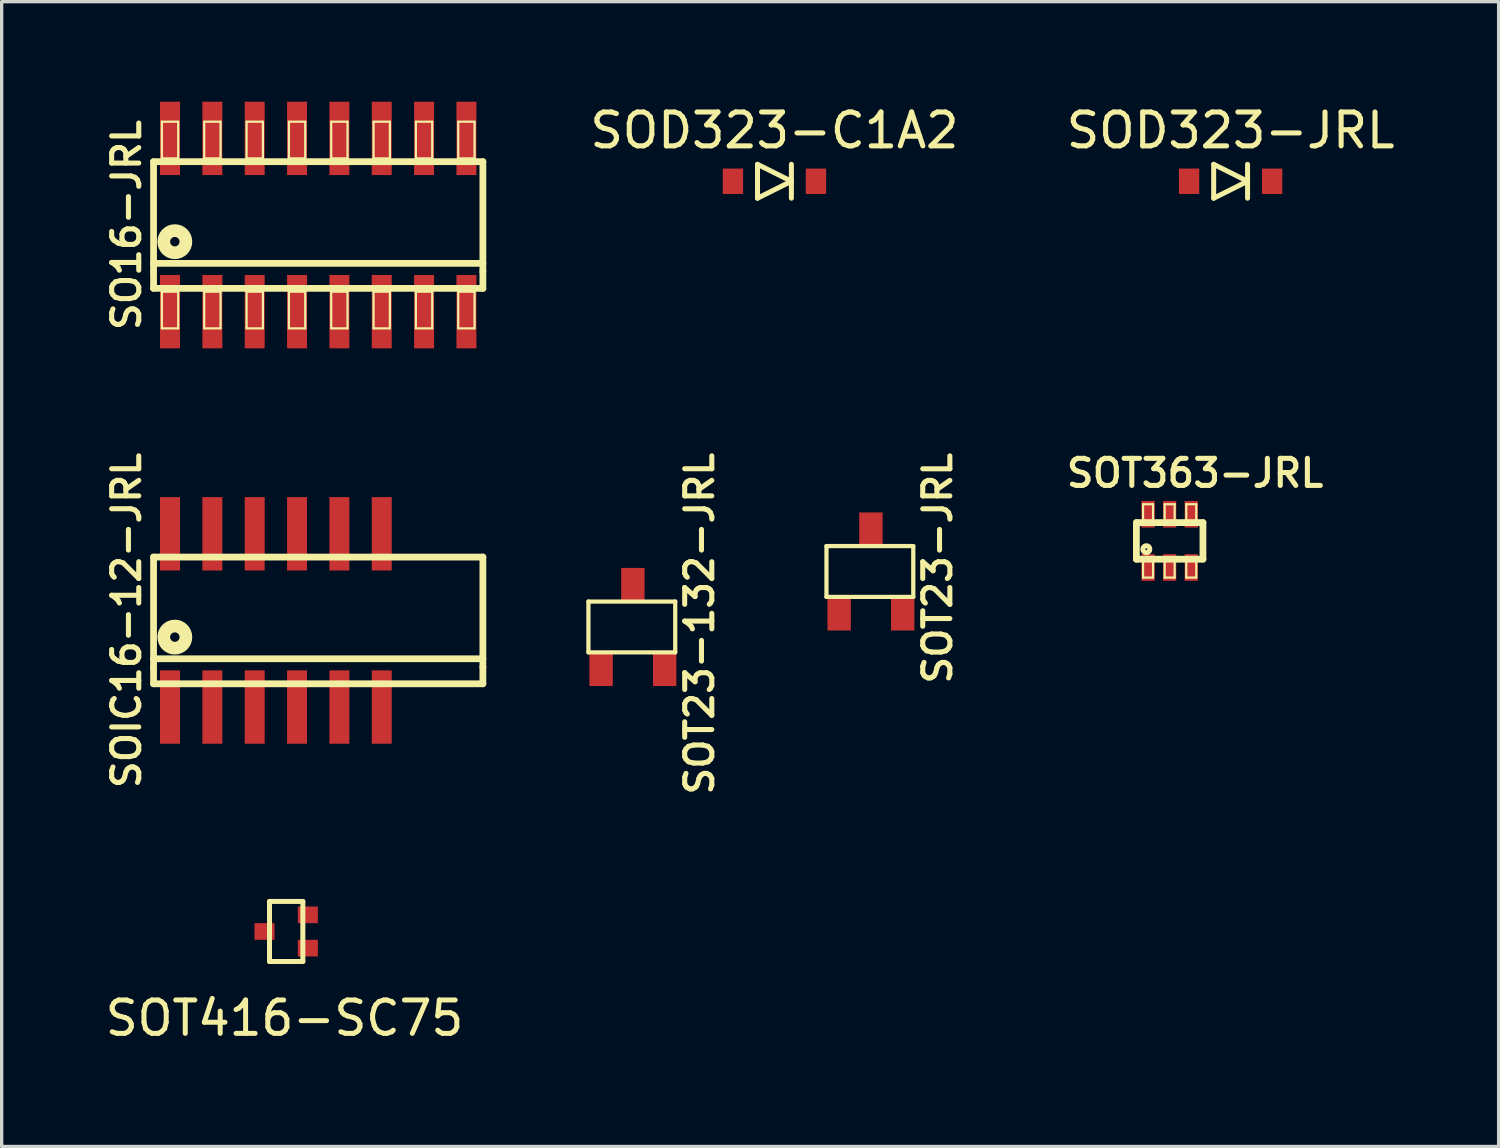
<source format=kicad_pcb>
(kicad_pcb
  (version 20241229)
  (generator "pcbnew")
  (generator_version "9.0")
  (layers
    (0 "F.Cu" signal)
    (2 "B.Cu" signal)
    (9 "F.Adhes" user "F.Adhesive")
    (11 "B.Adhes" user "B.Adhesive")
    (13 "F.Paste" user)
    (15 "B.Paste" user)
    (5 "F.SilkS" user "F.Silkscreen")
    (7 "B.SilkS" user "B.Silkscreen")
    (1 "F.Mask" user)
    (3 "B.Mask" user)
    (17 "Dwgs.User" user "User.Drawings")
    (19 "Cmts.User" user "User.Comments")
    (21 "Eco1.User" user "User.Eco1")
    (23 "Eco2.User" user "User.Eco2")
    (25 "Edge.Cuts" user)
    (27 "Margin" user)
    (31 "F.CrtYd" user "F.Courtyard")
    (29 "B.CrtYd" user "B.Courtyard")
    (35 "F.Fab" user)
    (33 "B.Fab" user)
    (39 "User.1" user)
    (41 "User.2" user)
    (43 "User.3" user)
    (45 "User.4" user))
  (footprint "SOD323-C1A2"
    (layer "F.Cu")
    (at 20.175 2.386)
    (property "Reference" "SOD323-C1A2" (at 0 -1.524 0) (layer "F.SilkS") (effects (font (size 1.016 1.016) (thickness 0.152))))
    (attr through_hole)
    (fp_line (start -0.508 -0.508) (end -0.508 0.508) (stroke (width 0.15) (type solid)) (layer "F.SilkS"))
    (fp_line (start -0.508 0.508) (end 0.508 0) (stroke (width 0.15) (type solid)) (layer "F.SilkS"))
    (fp_line (start 0.508 -0.508) (end 0.508 0.508) (stroke (width 0.15) (type solid)) (layer "F.SilkS"))
    (fp_line (start 0.508 0) (end -0.508 -0.508) (stroke (width 0.15) (type solid)) (layer "F.SilkS"))
    (pad "1" smd rect (at 1.245 0) (size 0.61 0.762) (layers "F.Cu" "F.Mask" "F.Paste"))
    (pad "2" smd rect (at -1.245 0) (size 0.61 0.762) (layers "F.Cu" "F.Mask" "F.Paste")))
  (footprint "SOT416-SC75"
    (layer "F.Cu")
    (at 5.532 24.884)
    (property "Reference" "SOT416-SC75" (at -0.05 2.6 0) (layer "F.SilkS") (effects (font (size 1 1) (thickness 0.15))))
    (attr through_hole)
    (fp_line (start -0.5 -0.9) (end -0.5 0.9) (stroke (width 0.15) (type solid)) (layer "F.SilkS"))
    (fp_line (start -0.5 0.9) (end 0.5 0.9) (stroke (width 0.15) (type solid)) (layer "F.SilkS"))
    (fp_line (start 0.5 -0.9) (end -0.5 -0.9) (stroke (width 0.15) (type solid)) (layer "F.SilkS"))
    (fp_line (start 0.5 0.9) (end 0.5 -0.9) (stroke (width 0.15) (type solid)) (layer "F.SilkS"))
    (pad "1" smd rect (at 0.65 0.5) (size 0.6 0.5) (layers "F.Cu" "F.Mask" "F.Paste"))
    (pad "2" smd rect (at 0.65 -0.5) (size 0.6 0.5) (layers "F.Cu" "F.Mask" "F.Paste"))
    (pad "3" smd rect (at -0.65 0) (size 0.6 0.5) (layers "F.Cu" "F.Mask" "F.Paste")))
  (footprint "SOT363-JRL"
    (layer "F.Cu")
    (at 32.027 13.171)
    (property "Reference" "SOT363-JRL" (at 0.762 -2.032 0) (layer "F.SilkS") (effects (font (size 0.813 0.813) (thickness 0.152))))
    (attr smd)
    (fp_line (start -0.998 -0.549) (end 0.998 -0.549) (stroke (width 0.203) (type solid)) (layer "F.SilkS"))
    (fp_line (start -0.998 0.549) (end -0.998 -0.549) (stroke (width 0.203) (type solid)) (layer "F.SilkS"))
    (fp_line (start -0.798 -1.1) (end -0.498 -1.1) (stroke (width 0.066) (type solid)) (layer "F.SilkS"))
    (fp_line (start -0.798 -0.599) (end -0.798 -1.1) (stroke (width 0.066) (type solid)) (layer "F.SilkS"))
    (fp_line (start -0.798 -0.599) (end -0.498 -0.599) (stroke (width 0.066) (type solid)) (layer "F.SilkS"))
    (fp_line (start -0.798 0.599) (end -0.498 0.599) (stroke (width 0.066) (type solid)) (layer "F.SilkS"))
    (fp_line (start -0.798 1.1) (end -0.798 0.599) (stroke (width 0.066) (type solid)) (layer "F.SilkS"))
    (fp_line (start -0.798 1.1) (end -0.498 1.1) (stroke (width 0.066) (type solid)) (layer "F.SilkS"))
    (fp_line (start -0.498 -0.599) (end -0.498 -1.1) (stroke (width 0.066) (type solid)) (layer "F.SilkS"))
    (fp_line (start -0.498 1.1) (end -0.498 0.599) (stroke (width 0.066) (type solid)) (layer "F.SilkS"))
    (fp_line (start -0.15 -1.1) (end 0.15 -1.1) (stroke (width 0.066) (type solid)) (layer "F.SilkS"))
    (fp_line (start -0.15 -0.599) (end -0.15 -1.1) (stroke (width 0.066) (type solid)) (layer "F.SilkS"))
    (fp_line (start -0.15 -0.599) (end 0.15 -0.599) (stroke (width 0.066) (type solid)) (layer "F.SilkS"))
    (fp_line (start -0.15 0.599) (end 0.15 0.599) (stroke (width 0.066) (type solid)) (layer "F.SilkS"))
    (fp_line (start -0.15 1.1) (end -0.15 0.599) (stroke (width 0.066) (type solid)) (layer "F.SilkS"))
    (fp_line (start -0.15 1.1) (end 0.15 1.1) (stroke (width 0.066) (type solid)) (layer "F.SilkS"))
    (fp_line (start 0.15 -0.599) (end 0.15 -1.1) (stroke (width 0.066) (type solid)) (layer "F.SilkS"))
    (fp_line (start 0.15 1.1) (end 0.15 0.599) (stroke (width 0.066) (type solid)) (layer "F.SilkS"))
    (fp_line (start 0.498 -1.1) (end 0.798 -1.1) (stroke (width 0.066) (type solid)) (layer "F.SilkS"))
    (fp_line (start 0.498 -0.599) (end 0.498 -1.1) (stroke (width 0.066) (type solid)) (layer "F.SilkS"))
    (fp_line (start 0.498 -0.599) (end 0.798 -0.599) (stroke (width 0.066) (type solid)) (layer "F.SilkS"))
    (fp_line (start 0.498 0.599) (end 0.798 0.599) (stroke (width 0.066) (type solid)) (layer "F.SilkS"))
    (fp_line (start 0.498 1.1) (end 0.498 0.599) (stroke (width 0.066) (type solid)) (layer "F.SilkS"))
    (fp_line (start 0.498 1.1) (end 0.798 1.1) (stroke (width 0.066) (type solid)) (layer "F.SilkS"))
    (fp_line (start 0.798 -0.599) (end 0.798 -1.1) (stroke (width 0.066) (type solid)) (layer "F.SilkS"))
    (fp_line (start 0.798 1.1) (end 0.798 0.599) (stroke (width 0.066) (type solid)) (layer "F.SilkS"))
    (fp_line (start 0.998 -0.549) (end 0.998 0.549) (stroke (width 0.203) (type solid)) (layer "F.SilkS"))
    (fp_line (start 0.998 0.549) (end -0.998 0.549) (stroke (width 0.203) (type solid)) (layer "F.SilkS"))
    (fp_circle (center -0.699 0.249) (end -0.772 0.323) (stroke (width 0.152) (type solid)) (fill no) (layer "F.SilkS"))
    (pad "1" smd rect (at -0.648 0.798) (size 0.399 0.798) (layers "F.Cu" "F.Mask" "F.Paste"))
    (pad "2" smd rect (at 0 0.798) (size 0.399 0.798) (layers "F.Cu" "F.Mask" "F.Paste"))
    (pad "3" smd rect (at 0.648 0.798) (size 0.399 0.798) (layers "F.Cu" "F.Mask" "F.Paste"))
    (pad "4" smd rect (at 0.648 -0.798) (size 0.399 0.798) (layers "F.Cu" "F.Mask" "F.Paste"))
    (pad "5" smd rect (at 0 -0.798) (size 0.399 0.798) (layers "F.Cu" "F.Mask" "F.Paste"))
    (pad "6" smd rect (at -0.648 -0.798) (size 0.399 0.798) (layers "F.Cu" "F.Mask" "F.Paste")))
  (footprint "SOT23-JRL"
    (layer "F.Cu")
    (at 23.068 14.088)
    (property "Reference" "SOT23-JRL" (at 1.999 -0.099 90) (layer "F.SilkS") (effects (font (size 0.813 0.813) (thickness 0.152))))
    (attr through_hole)
    (fp_line (start -1.333 -0.762) (end 1.27 -0.762) (stroke (width 0.127) (type solid)) (layer "F.SilkS"))
    (fp_line (start -1.333 0.762) (end -1.333 -0.762) (stroke (width 0.127) (type solid)) (layer "F.SilkS"))
    (fp_line (start 1.27 -0.762) (end 1.27 0.762) (stroke (width 0.127) (type solid)) (layer "F.SilkS"))
    (fp_line (start 1.27 0.762) (end -1.333 0.762) (stroke (width 0.127) (type solid)) (layer "F.SilkS"))
    (pad "1" smd rect (at 0.953 1.27) (size 0.701 1.001) (layers "F.Cu" "F.Mask" "F.Paste"))
    (pad "2" smd rect (at -0.953 1.27) (size 0.701 1.001) (layers "F.Cu" "F.Mask" "F.Paste"))
    (pad "3" smd rect (at 0 -1.27) (size 0.701 1.001) (layers "F.Cu" "F.Mask" "F.Paste")))
  (footprint "SOT23-132-JRL"
    (layer "F.Cu")
    (at 15.929 15.752)
    (property "Reference" "SOT23-132-JRL" (at 1.999 -0.099 90) (layer "F.SilkS") (effects (font (size 0.813 0.813) (thickness 0.152))))
    (attr through_hole)
    (fp_line (start -1.333 -0.762) (end 1.27 -0.762) (stroke (width 0.127) (type solid)) (layer "F.SilkS"))
    (fp_line (start -1.333 0.762) (end -1.333 -0.762) (stroke (width 0.127) (type solid)) (layer "F.SilkS"))
    (fp_line (start 1.27 -0.762) (end 1.27 0.762) (stroke (width 0.127) (type solid)) (layer "F.SilkS"))
    (fp_line (start 1.27 0.762) (end -1.333 0.762) (stroke (width 0.127) (type solid)) (layer "F.SilkS"))
    (pad "1" smd rect (at -0.953 1.27) (size 0.701 1.001) (layers "F.Cu" "F.Mask" "F.Paste"))
    (pad "2" smd rect (at 0.953 1.27) (size 0.701 1.001) (layers "F.Cu" "F.Mask" "F.Paste"))
    (pad "3" smd rect (at 0 -1.27) (size 0.701 1.001) (layers "F.Cu" "F.Mask" "F.Paste")))
  (footprint "SO16-JRL"
    (layer "F.Cu")
    (at 6.493 3.698)
    (property "Reference" "SO16-JRL" (at -5.75 0 90) (layer "F.SilkS") (effects (font (size 0.813 0.813) (thickness 0.152))))
    (attr smd)
    (fp_line (start -4.938 -1.9) (end 4.938 -1.9) (stroke (width 0.203) (type solid)) (layer "F.SilkS"))
    (fp_line (start -4.938 1.4) (end -4.938 -1.9) (stroke (width 0.203) (type solid)) (layer "F.SilkS"))
    (fp_line (start -4.938 1.9) (end -4.938 1.4) (stroke (width 0.203) (type solid)) (layer "F.SilkS"))
    (fp_line (start -4.689 -3.099) (end -4.199 -3.099) (stroke (width 0.066) (type solid)) (layer "F.SilkS"))
    (fp_line (start -4.689 -1.999) (end -4.689 -3.099) (stroke (width 0.066) (type solid)) (layer "F.SilkS"))
    (fp_line (start -4.689 -1.999) (end -4.199 -1.999) (stroke (width 0.066) (type solid)) (layer "F.SilkS"))
    (fp_line (start -4.689 1.999) (end -4.199 1.999) (stroke (width 0.066) (type solid)) (layer "F.SilkS"))
    (fp_line (start -4.689 3.099) (end -4.689 1.999) (stroke (width 0.066) (type solid)) (layer "F.SilkS"))
    (fp_line (start -4.689 3.099) (end -4.199 3.099) (stroke (width 0.066) (type solid)) (layer "F.SilkS"))
    (fp_line (start -4.199 -1.999) (end -4.199 -3.099) (stroke (width 0.066) (type solid)) (layer "F.SilkS"))
    (fp_line (start -4.199 3.099) (end -4.199 1.999) (stroke (width 0.066) (type solid)) (layer "F.SilkS"))
    (fp_line (start -3.419 -3.099) (end -2.929 -3.099) (stroke (width 0.066) (type solid)) (layer "F.SilkS"))
    (fp_line (start -3.419 -1.999) (end -3.419 -3.099) (stroke (width 0.066) (type solid)) (layer "F.SilkS"))
    (fp_line (start -3.419 -1.999) (end -2.929 -1.999) (stroke (width 0.066) (type solid)) (layer "F.SilkS"))
    (fp_line (start -3.419 1.999) (end -2.929 1.999) (stroke (width 0.066) (type solid)) (layer "F.SilkS"))
    (fp_line (start -3.419 3.099) (end -3.419 1.999) (stroke (width 0.066) (type solid)) (layer "F.SilkS"))
    (fp_line (start -3.419 3.099) (end -2.929 3.099) (stroke (width 0.066) (type solid)) (layer "F.SilkS"))
    (fp_line (start -2.929 -1.999) (end -2.929 -3.099) (stroke (width 0.066) (type solid)) (layer "F.SilkS"))
    (fp_line (start -2.929 3.099) (end -2.929 1.999) (stroke (width 0.066) (type solid)) (layer "F.SilkS"))
    (fp_line (start -2.149 -3.099) (end -1.659 -3.099) (stroke (width 0.066) (type solid)) (layer "F.SilkS"))
    (fp_line (start -2.149 -1.999) (end -2.149 -3.099) (stroke (width 0.066) (type solid)) (layer "F.SilkS"))
    (fp_line (start -2.149 -1.999) (end -1.659 -1.999) (stroke (width 0.066) (type solid)) (layer "F.SilkS"))
    (fp_line (start -2.149 1.999) (end -1.659 1.999) (stroke (width 0.066) (type solid)) (layer "F.SilkS"))
    (fp_line (start -2.149 3.099) (end -2.149 1.999) (stroke (width 0.066) (type solid)) (layer "F.SilkS"))
    (fp_line (start -2.149 3.099) (end -1.659 3.099) (stroke (width 0.066) (type solid)) (layer "F.SilkS"))
    (fp_line (start -1.659 -1.999) (end -1.659 -3.099) (stroke (width 0.066) (type solid)) (layer "F.SilkS"))
    (fp_line (start -1.659 3.099) (end -1.659 1.999) (stroke (width 0.066) (type solid)) (layer "F.SilkS"))
    (fp_line (start -0.879 -3.099) (end -0.389 -3.099) (stroke (width 0.066) (type solid)) (layer "F.SilkS"))
    (fp_line (start -0.879 -1.999) (end -0.879 -3.099) (stroke (width 0.066) (type solid)) (layer "F.SilkS"))
    (fp_line (start -0.879 -1.999) (end -0.389 -1.999) (stroke (width 0.066) (type solid)) (layer "F.SilkS"))
    (fp_line (start -0.879 1.999) (end -0.389 1.999) (stroke (width 0.066) (type solid)) (layer "F.SilkS"))
    (fp_line (start -0.879 3.099) (end -0.879 1.999) (stroke (width 0.066) (type solid)) (layer "F.SilkS"))
    (fp_line (start -0.879 3.099) (end -0.389 3.099) (stroke (width 0.066) (type solid)) (layer "F.SilkS"))
    (fp_line (start -0.389 -1.999) (end -0.389 -3.099) (stroke (width 0.066) (type solid)) (layer "F.SilkS"))
    (fp_line (start -0.389 3.099) (end -0.389 1.999) (stroke (width 0.066) (type solid)) (layer "F.SilkS"))
    (fp_line (start 0.389 -3.099) (end 0.879 -3.099) (stroke (width 0.066) (type solid)) (layer "F.SilkS"))
    (fp_line (start 0.389 -1.999) (end 0.389 -3.099) (stroke (width 0.066) (type solid)) (layer "F.SilkS"))
    (fp_line (start 0.389 -1.999) (end 0.879 -1.999) (stroke (width 0.066) (type solid)) (layer "F.SilkS"))
    (fp_line (start 0.389 1.999) (end 0.879 1.999) (stroke (width 0.066) (type solid)) (layer "F.SilkS"))
    (fp_line (start 0.389 3.099) (end 0.389 1.999) (stroke (width 0.066) (type solid)) (layer "F.SilkS"))
    (fp_line (start 0.389 3.099) (end 0.879 3.099) (stroke (width 0.066) (type solid)) (layer "F.SilkS"))
    (fp_line (start 0.879 -1.999) (end 0.879 -3.099) (stroke (width 0.066) (type solid)) (layer "F.SilkS"))
    (fp_line (start 0.879 3.099) (end 0.879 1.999) (stroke (width 0.066) (type solid)) (layer "F.SilkS"))
    (fp_line (start 1.659 -3.099) (end 2.149 -3.099) (stroke (width 0.066) (type solid)) (layer "F.SilkS"))
    (fp_line (start 1.659 -1.999) (end 1.659 -3.099) (stroke (width 0.066) (type solid)) (layer "F.SilkS"))
    (fp_line (start 1.659 -1.999) (end 2.149 -1.999) (stroke (width 0.066) (type solid)) (layer "F.SilkS"))
    (fp_line (start 1.659 1.999) (end 2.149 1.999) (stroke (width 0.066) (type solid)) (layer "F.SilkS"))
    (fp_line (start 1.659 3.099) (end 1.659 1.999) (stroke (width 0.066) (type solid)) (layer "F.SilkS"))
    (fp_line (start 1.659 3.099) (end 2.149 3.099) (stroke (width 0.066) (type solid)) (layer "F.SilkS"))
    (fp_line (start 2.149 -1.999) (end 2.149 -3.099) (stroke (width 0.066) (type solid)) (layer "F.SilkS"))
    (fp_line (start 2.149 3.099) (end 2.149 1.999) (stroke (width 0.066) (type solid)) (layer "F.SilkS"))
    (fp_line (start 2.929 -3.099) (end 3.419 -3.099) (stroke (width 0.066) (type solid)) (layer "F.SilkS"))
    (fp_line (start 2.929 -1.999) (end 2.929 -3.099) (stroke (width 0.066) (type solid)) (layer "F.SilkS"))
    (fp_line (start 2.929 -1.999) (end 3.419 -1.999) (stroke (width 0.066) (type solid)) (layer "F.SilkS"))
    (fp_line (start 2.929 1.999) (end 3.419 1.999) (stroke (width 0.066) (type solid)) (layer "F.SilkS"))
    (fp_line (start 2.929 3.099) (end 2.929 1.999) (stroke (width 0.066) (type solid)) (layer "F.SilkS"))
    (fp_line (start 2.929 3.099) (end 3.419 3.099) (stroke (width 0.066) (type solid)) (layer "F.SilkS"))
    (fp_line (start 3.419 -1.999) (end 3.419 -3.099) (stroke (width 0.066) (type solid)) (layer "F.SilkS"))
    (fp_line (start 3.419 3.099) (end 3.419 1.999) (stroke (width 0.066) (type solid)) (layer "F.SilkS"))
    (fp_line (start 4.199 -3.099) (end 4.689 -3.099) (stroke (width 0.066) (type solid)) (layer "F.SilkS"))
    (fp_line (start 4.199 -1.999) (end 4.199 -3.099) (stroke (width 0.066) (type solid)) (layer "F.SilkS"))
    (fp_line (start 4.199 -1.999) (end 4.689 -1.999) (stroke (width 0.066) (type solid)) (layer "F.SilkS"))
    (fp_line (start 4.199 1.999) (end 4.689 1.999) (stroke (width 0.066) (type solid)) (layer "F.SilkS"))
    (fp_line (start 4.199 3.099) (end 4.199 1.999) (stroke (width 0.066) (type solid)) (layer "F.SilkS"))
    (fp_line (start 4.199 3.099) (end 4.689 3.099) (stroke (width 0.066) (type solid)) (layer "F.SilkS"))
    (fp_line (start 4.689 -1.999) (end 4.689 -3.099) (stroke (width 0.066) (type solid)) (layer "F.SilkS"))
    (fp_line (start 4.689 3.099) (end 4.689 1.999) (stroke (width 0.066) (type solid)) (layer "F.SilkS"))
    (fp_line (start 4.938 -1.9) (end 4.938 1.4) (stroke (width 0.203) (type solid)) (layer "F.SilkS"))
    (fp_line (start 4.938 1.15) (end -4.938 1.15) (stroke (width 0.203) (type solid)) (layer "F.SilkS"))
    (fp_line (start 4.938 1.4) (end 4.938 1.9) (stroke (width 0.203) (type solid)) (layer "F.SilkS"))
    (fp_line (start 4.938 1.9) (end -4.938 1.9) (stroke (width 0.203) (type solid)) (layer "F.SilkS"))
    (fp_circle (center -4.3 0.5) (end -4.2 0.6) (stroke (width 0.381) (type solid)) (fill no) (layer "F.SilkS"))
    (pad "1" smd rect (at -4.445 2.598) (size 0.599 2.2) (layers "F.Cu" "F.Mask" "F.Paste"))
    (pad "2" smd rect (at -3.175 2.598) (size 0.599 2.2) (layers "F.Cu" "F.Mask" "F.Paste"))
    (pad "3" smd rect (at -1.905 2.598) (size 0.599 2.2) (layers "F.Cu" "F.Mask" "F.Paste"))
    (pad "4" smd rect (at -0.635 2.598) (size 0.599 2.2) (layers "F.Cu" "F.Mask" "F.Paste"))
    (pad "5" smd rect (at 0.635 2.598) (size 0.599 2.2) (layers "F.Cu" "F.Mask" "F.Paste"))
    (pad "6" smd rect (at 1.905 2.598) (size 0.599 2.2) (layers "F.Cu" "F.Mask" "F.Paste"))
    (pad "7" smd rect (at 3.175 2.598) (size 0.599 2.2) (layers "F.Cu" "F.Mask" "F.Paste"))
    (pad "8" smd rect (at 4.445 2.598) (size 0.599 2.2) (layers "F.Cu" "F.Mask" "F.Paste"))
    (pad "9" smd rect (at 4.445 -2.598) (size 0.599 2.2) (layers "F.Cu" "F.Mask" "F.Paste"))
    (pad "10" smd rect (at 3.175 -2.598) (size 0.599 2.2) (layers "F.Cu" "F.Mask" "F.Paste"))
    (pad "11" smd rect (at 1.905 -2.598) (size 0.599 2.2) (layers "F.Cu" "F.Mask" "F.Paste"))
    (pad "12" smd rect (at 0.635 -2.598) (size 0.599 2.2) (layers "F.Cu" "F.Mask" "F.Paste"))
    (pad "13" smd rect (at -0.635 -2.598) (size 0.599 2.2) (layers "F.Cu" "F.Mask" "F.Paste"))
    (pad "14" smd rect (at -1.905 -2.598) (size 0.599 2.2) (layers "F.Cu" "F.Mask" "F.Paste"))
    (pad "15" smd rect (at -3.175 -2.598) (size 0.599 2.2) (layers "F.Cu" "F.Mask" "F.Paste"))
    (pad "16" smd rect (at -4.445 -2.598) (size 0.599 2.2) (layers "F.Cu" "F.Mask" "F.Paste")))
  (footprint "SOD323-JRL"
    (layer "F.Cu")
    (at 33.855 2.386)
    (property "Reference" "SOD323-JRL" (at 0 -1.524 0) (layer "F.SilkS") (effects (font (size 1.016 1.016) (thickness 0.152))))
    (attr through_hole)
    (fp_line (start -0.508 -0.508) (end -0.508 0.508) (stroke (width 0.15) (type solid)) (layer "F.SilkS"))
    (fp_line (start -0.508 0.508) (end 0.508 0) (stroke (width 0.15) (type solid)) (layer "F.SilkS"))
    (fp_line (start 0.508 -0.508) (end 0.508 0.508) (stroke (width 0.15) (type solid)) (layer "F.SilkS"))
    (fp_line (start 0.508 0) (end -0.508 -0.508) (stroke (width 0.15) (type solid)) (layer "F.SilkS"))
    (pad "1" smd rect (at -1.245 0) (size 0.61 0.762) (layers "F.Cu" "F.Mask" "F.Paste"))
    (pad "2" smd rect (at 1.245 0) (size 0.61 0.762) (layers "F.Cu" "F.Mask" "F.Paste")))
  (footprint "SOIC16-12-JRL"
    (layer "F.Cu")
    (at 6.493 15.556)
    (property "Reference" "SOIC16-12-JRL" (at -5.75 0 90) (layer "F.SilkS") (effects (font (size 0.813 0.813) (thickness 0.152))))
    (attr smd)
    (fp_line (start -4.938 -1.9) (end 4.938 -1.9) (stroke (width 0.203) (type solid)) (layer "F.SilkS"))
    (fp_line (start -4.938 1.4) (end -4.938 -1.9) (stroke (width 0.203) (type solid)) (layer "F.SilkS"))
    (fp_line (start -4.938 1.9) (end -4.938 1.4) (stroke (width 0.203) (type solid)) (layer "F.SilkS"))
    (fp_line (start 4.938 -1.9) (end 4.938 1.4) (stroke (width 0.203) (type solid)) (layer "F.SilkS"))
    (fp_line (start 4.938 1.15) (end -4.938 1.15) (stroke (width 0.203) (type solid)) (layer "F.SilkS"))
    (fp_line (start 4.938 1.4) (end 4.938 1.9) (stroke (width 0.203) (type solid)) (layer "F.SilkS"))
    (fp_line (start 4.938 1.9) (end -4.938 1.9) (stroke (width 0.203) (type solid)) (layer "F.SilkS"))
    (fp_circle (center -4.3 0.5) (end -4.2 0.6) (stroke (width 0.381) (type solid)) (fill no) (layer "F.SilkS"))
    (pad "1" smd rect (at -4.445 2.598) (size 0.599 2.2) (layers "F.Cu" "F.Mask" "F.Paste"))
    (pad "2" smd rect (at -3.175 2.598) (size 0.599 2.2) (layers "F.Cu" "F.Mask" "F.Paste"))
    (pad "3" smd rect (at -1.905 2.598) (size 0.599 2.2) (layers "F.Cu" "F.Mask" "F.Paste"))
    (pad "4" smd rect (at -0.635 2.598) (size 0.599 2.2) (layers "F.Cu" "F.Mask" "F.Paste"))
    (pad "5" smd rect (at 0.635 2.598) (size 0.599 2.2) (layers "F.Cu" "F.Mask" "F.Paste"))
    (pad "6" smd rect (at 1.905 2.598) (size 0.599 2.2) (layers "F.Cu" "F.Mask" "F.Paste"))
    (pad "11" smd rect (at 1.905 -2.598) (size 0.599 2.2) (layers "F.Cu" "F.Mask" "F.Paste"))
    (pad "12" smd rect (at 0.635 -2.598) (size 0.599 2.2) (layers "F.Cu" "F.Mask" "F.Paste"))
    (pad "13" smd rect (at -0.635 -2.598) (size 0.599 2.2) (layers "F.Cu" "F.Mask" "F.Paste"))
    (pad "14" smd rect (at -1.905 -2.598) (size 0.599 2.2) (layers "F.Cu" "F.Mask" "F.Paste"))
    (pad "15" smd rect (at -3.175 -2.598) (size 0.599 2.2) (layers "F.Cu" "F.Mask" "F.Paste"))
    (pad "16" smd rect (at -4.445 -2.598) (size 0.599 2.2) (layers "F.Cu" "F.Mask" "F.Paste")))
  (gr_rect
    (start -3 -3)
    (end 41.892 31.332)
    (stroke (width 0.1) (type default))
    (fill no)
    (layer "Edge.Cuts")))
</source>
